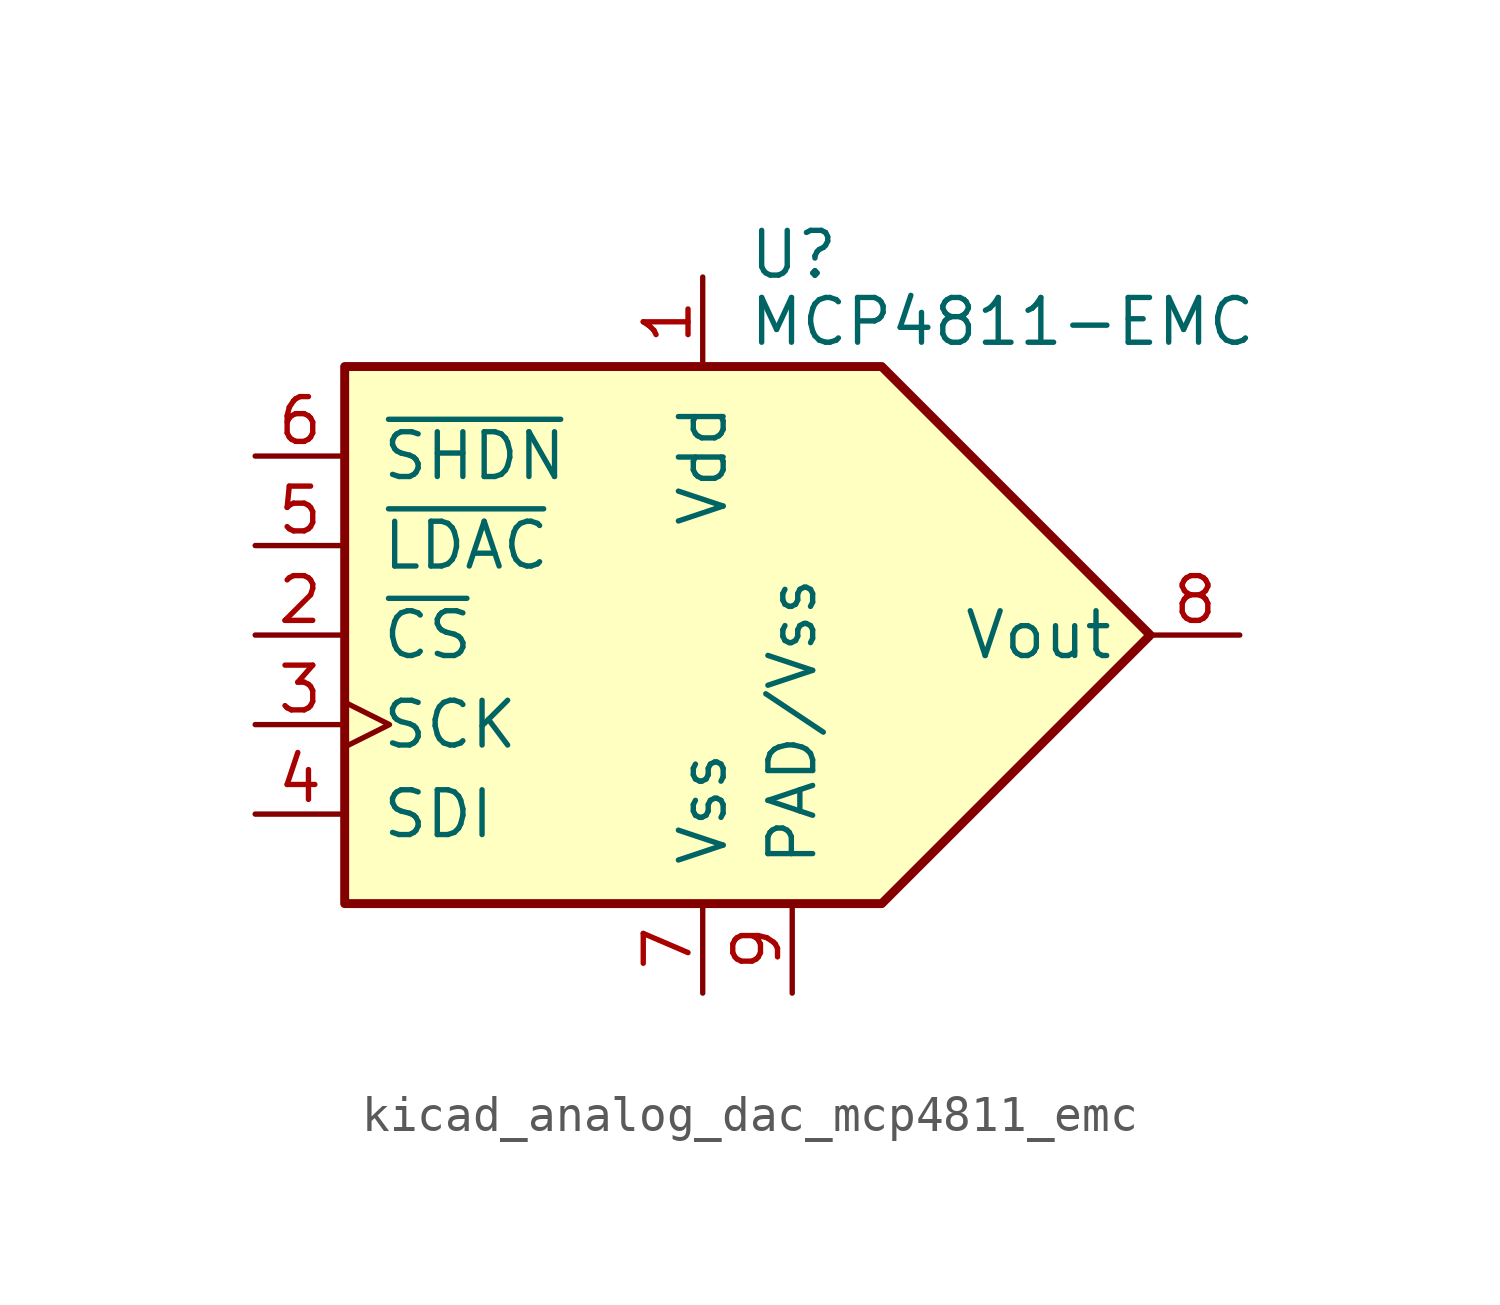
<source format=kicad_sym>
(kicad_symbol_lib
  (version 20220914)
  (generator kicad_symbol_editor)
  (symbol "kicad_analog_dac_mcp4811_emc"
    (pin_names
      (offset 1.016))
    (property "Reference" "U"
      (at 1.27 10.795 0)
      (effects (font (size 1.27 1.27)) (justify left)))
    (property "Value" "MCP4811-EMC"
      (at 1.27 8.89 0)
      (effects (font (size 1.27 1.27)) (justify left)))
    (symbol "kicad_analog_dac_mcp4811_emc_0_0"
      (polyline (pts (xy 12.7 0) (xy 5.08 7.62) (xy -10.16 7.62) (xy -10.16 -7.62) (xy 5.08 -7.62) (xy 12.7 0)) (stroke (width 0.254) (type default)) (fill (type background))))
    (symbol "kicad_analog_dac_mcp4811_emc_1_1"
      (pin power_in line (at 0 10.16 270) (length 2.54) (name "Vdd" (effects (font (size 1.27 1.27)))) (number "1" (effects (font (size 1.27 1.27)))))
      (pin input line (at -12.7 0 0) (length 2.54) (name "~{CS}" (effects (font (size 1.27 1.27)))) (number "2" (effects (font (size 1.27 1.27)))))
      (pin input clock (at -12.7 -2.54 0) (length 2.54) (name "SCK" (effects (font (size 1.27 1.27)))) (number "3" (effects (font (size 1.27 1.27)))))
      (pin input line (at -12.7 -5.08 0) (length 2.54) (name "SDI" (effects (font (size 1.27 1.27)))) (number "4" (effects (font (size 1.27 1.27)))))
      (pin input line (at -12.7 2.54 0) (length 2.54) (name "~{LDAC}" (effects (font (size 1.27 1.27)))) (number "5" (effects (font (size 1.27 1.27)))))
      (pin input line (at -12.7 5.08 0) (length 2.54) (name "~{SHDN}" (effects (font (size 1.27 1.27)))) (number "6" (effects (font (size 1.27 1.27)))))
      (pin power_in line (at 0 -10.16 90) (length 2.54) (name "Vss" (effects (font (size 1.27 1.27)))) (number "7" (effects (font (size 1.27 1.27)))))
      (pin output line (at 15.24 0 180) (length 2.54) (name "Vout" (effects (font (size 1.27 1.27)))) (number "8" (effects (font (size 1.27 1.27)))))
      (pin power_in line (at 2.54 -10.16 90) (length 2.54) (name "PAD/Vss" (effects (font (size 1.27 1.27)))) (number "9" (effects (font (size 1.27 1.27))))))))
</source>
